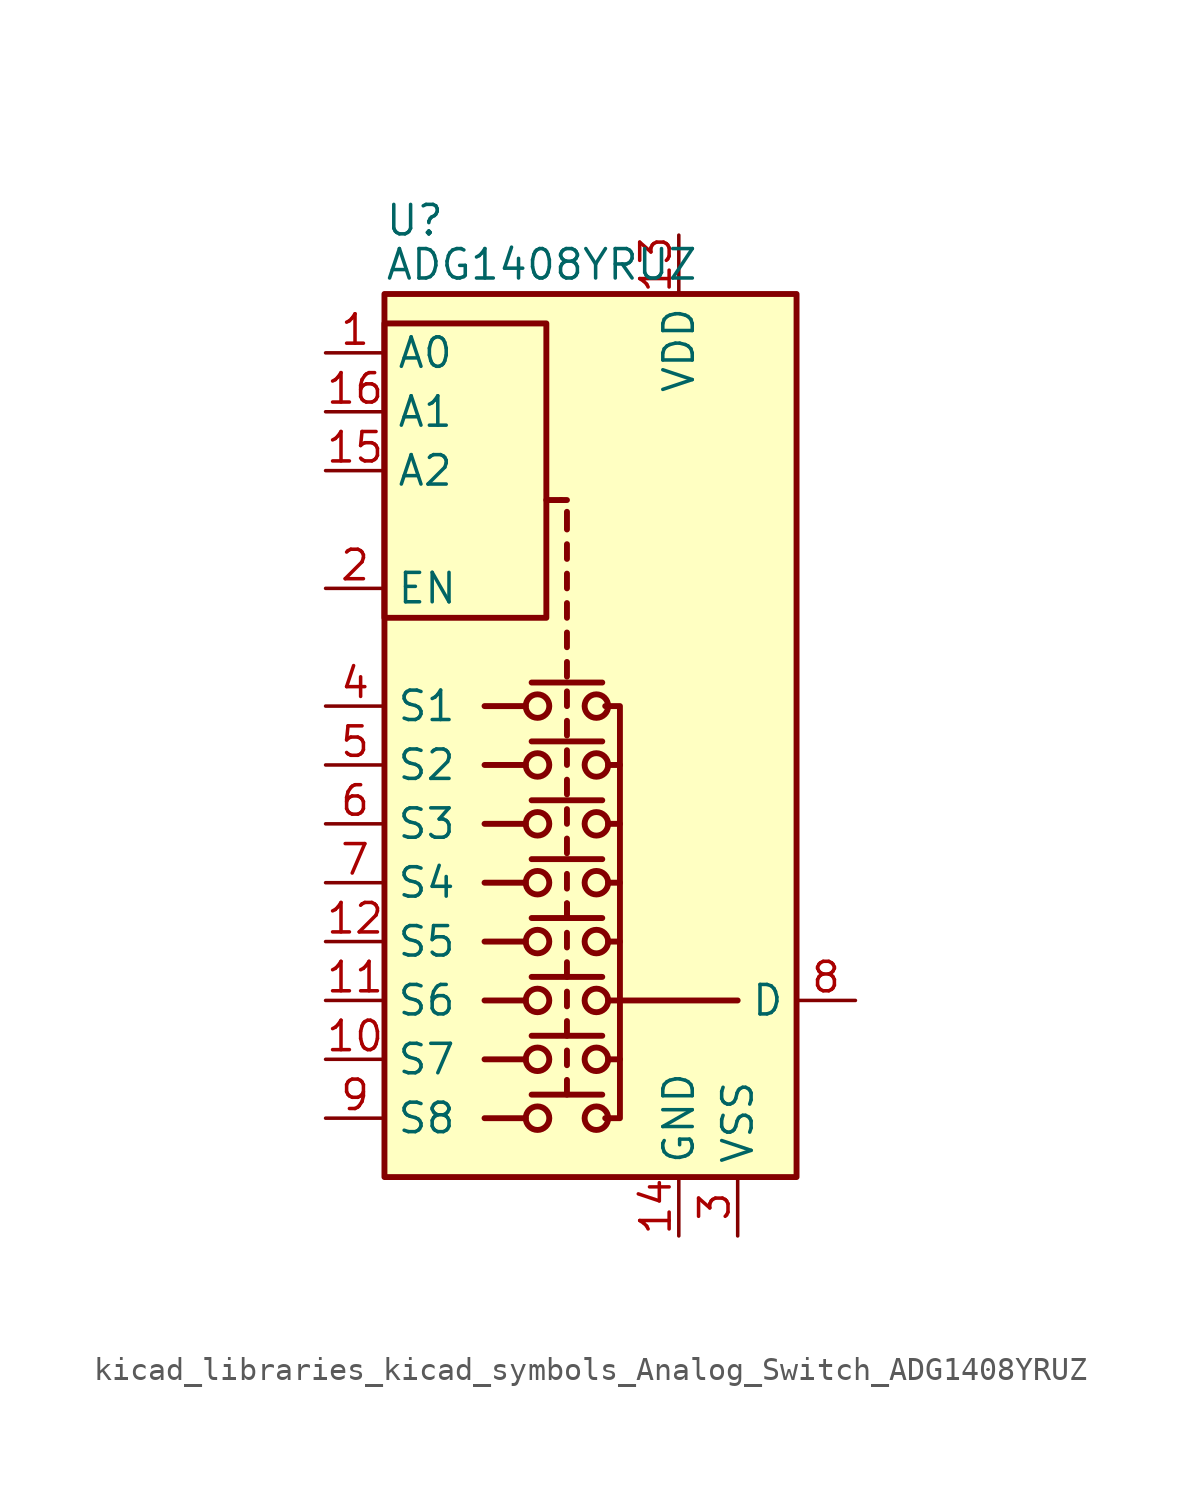
<source format=kicad_sym>
(kicad_symbol_lib
  (version 20220914)
  (generator kicad_symbol_editor)
  (symbol "kicad_libraries_kicad_symbols_Analog_Switch_ADG1408YRUZ"
    (property "Reference" "U"
      (at -7.62 23.495 0)
      (effects (font (size 1.27 1.27)) (justify left)))
    (property "Value" "ADG1408YRUZ"
      (at -7.62 21.59 0)
      (effects (font (size 1.27 1.27)) (justify left)))
    (symbol "kicad_libraries_kicad_symbols_Analog_Switch_ADG1408YRUZ_0_0"
      (pin power_in line (at 5.08 -20.32 90) (length 2.54) (name "GND" (effects (font (size 1.27 1.27)))) (number "14" (effects (font (size 1.27 1.27))))))
    (symbol "kicad_libraries_kicad_symbols_Analog_Switch_ADG1408YRUZ_0_1"
      (rectangle (start -7.62 6.35) (end -0.635 19.05) (stroke (width 0.254) (type default)) (fill (type none)))
      (rectangle (start -7.62 20.32) (end 10.16 -17.78) (stroke (width 0.254) (type default)) (fill (type background)))
      (circle (center -1.016 -15.24) (radius 0.508) (stroke (width 0.254) (type default)) (fill (type none)))
      (circle (center -1.016 -12.7) (radius 0.508) (stroke (width 0.254) (type default)) (fill (type none)))
      (circle (center -1.016 -10.16) (radius 0.508) (stroke (width 0.254) (type default)) (fill (type none)))
      (circle (center -1.016 -7.62) (radius 0.508) (stroke (width 0.254) (type default)) (fill (type none)))
      (circle (center -1.016 -5.08) (radius 0.508) (stroke (width 0.254) (type default)) (fill (type none)))
      (circle (center -1.016 -2.54) (radius 0.508) (stroke (width 0.254) (type default)) (fill (type none)))
      (circle (center -1.016 0) (radius 0.508) (stroke (width 0.254) (type default)) (fill (type none)))
      (circle (center -1.016 2.54) (radius 0.508) (stroke (width 0.254) (type default)) (fill (type none)))
      (polyline (pts (xy -1.524 -15.24) (xy -3.302 -15.24)) (stroke (width 0.254) (type default)) (fill (type none)))
      (polyline (pts (xy -1.524 -12.7) (xy -3.302 -12.7)) (stroke (width 0.254) (type default)) (fill (type none)))
      (polyline (pts (xy -1.524 -10.16) (xy -3.302 -10.16)) (stroke (width 0.254) (type default)) (fill (type none)))
      (polyline (pts (xy -1.524 -7.62) (xy -3.302 -7.62)) (stroke (width 0.254) (type default)) (fill (type none)))
      (polyline (pts (xy -1.524 -5.08) (xy -3.302 -5.08)) (stroke (width 0.254) (type default)) (fill (type none)))
      (polyline (pts (xy -1.524 -2.54) (xy -3.302 -2.54)) (stroke (width 0.254) (type default)) (fill (type none)))
      (polyline (pts (xy -1.524 0) (xy -3.302 0)) (stroke (width 0.254) (type default)) (fill (type none)))
      (polyline (pts (xy -1.524 2.54) (xy -3.302 2.54)) (stroke (width 0.254) (type default)) (fill (type none)))
      (polyline (pts (xy -1.27 -14.224) (xy 1.778 -14.224)) (stroke (width 0.254) (type default)) (fill (type none)))
      (polyline (pts (xy -1.27 -11.684) (xy 1.778 -11.684)) (stroke (width 0.254) (type default)) (fill (type none)))
      (polyline (pts (xy -1.27 -9.144) (xy 1.778 -9.144)) (stroke (width 0.254) (type default)) (fill (type none)))
      (polyline (pts (xy -1.27 -6.604) (xy 1.778 -6.604)) (stroke (width 0.254) (type default)) (fill (type none)))
      (polyline (pts (xy -1.27 -4.064) (xy 1.778 -4.064)) (stroke (width 0.254) (type default)) (fill (type none)))
      (polyline (pts (xy -1.27 -1.524) (xy 1.778 -1.524)) (stroke (width 0.254) (type default)) (fill (type none)))
      (polyline (pts (xy -1.27 1.016) (xy 1.778 1.016)) (stroke (width 0.254) (type default)) (fill (type none)))
      (polyline (pts (xy -1.27 3.556) (xy 1.778 3.556)) (stroke (width 0.254) (type default)) (fill (type none)))
      (polyline (pts (xy -0.635 11.43) (xy 0 11.43)) (stroke (width 0.254) (type default)) (fill (type none)))
      (polyline (pts (xy 0.254 -14.224) (xy 0.254 -13.589)) (stroke (width 0.254) (type default)) (fill (type none)))
      (polyline (pts (xy 0.254 -12.954) (xy 0.254 -12.319)) (stroke (width 0.254) (type default)) (fill (type none)))
      (polyline (pts (xy 0.254 -11.684) (xy 0.254 -11.049)) (stroke (width 0.254) (type default)) (fill (type none)))
      (polyline (pts (xy 0.254 -10.414) (xy 0.254 -9.779)) (stroke (width 0.254) (type default)) (fill (type none)))
      (polyline (pts (xy 0.254 -9.144) (xy 0.254 -8.509)) (stroke (width 0.254) (type default)) (fill (type none)))
      (polyline (pts (xy 0.254 -7.874) (xy 0.254 -7.239)) (stroke (width 0.254) (type default)) (fill (type none)))
      (polyline (pts (xy 0.254 -6.604) (xy 0.254 -5.969)) (stroke (width 0.254) (type default)) (fill (type none)))
      (polyline (pts (xy 0.254 -6.604) (xy 0.254 -5.969)) (stroke (width 0.254) (type default)) (fill (type none)))
      (polyline (pts (xy 0.254 -5.334) (xy 0.254 -4.699)) (stroke (width 0.254) (type default)) (fill (type none)))
      (polyline (pts (xy 0.254 -3.81) (xy 0.254 -3.175)) (stroke (width 0.254) (type default)) (fill (type none)))
      (polyline (pts (xy 0.254 -2.54) (xy 0.254 -1.905)) (stroke (width 0.254) (type default)) (fill (type none)))
      (polyline (pts (xy 0.254 -1.27) (xy 0.254 -0.635)) (stroke (width 0.254) (type default)) (fill (type none)))
      (polyline (pts (xy 0.254 0) (xy 0.254 0.635)) (stroke (width 0.254) (type default)) (fill (type none)))
      (polyline (pts (xy 0.254 1.27) (xy 0.254 1.905)) (stroke (width 0.254) (type default)) (fill (type none)))
      (polyline (pts (xy 0.254 2.54) (xy 0.254 3.175)) (stroke (width 0.254) (type default)) (fill (type none)))
      (polyline (pts (xy 0.254 3.81) (xy 0.254 4.445)) (stroke (width 0.254) (type default)) (fill (type none)))
      (polyline (pts (xy 0.254 5.08) (xy 0.254 5.715)) (stroke (width 0.254) (type default)) (fill (type none)))
      (polyline (pts (xy 0.254 6.35) (xy 0.254 6.985)) (stroke (width 0.254) (type default)) (fill (type none)))
      (polyline (pts (xy 0.254 7.62) (xy 0.254 8.255)) (stroke (width 0.254) (type default)) (fill (type none)))
      (polyline (pts (xy 0.254 8.89) (xy 0.254 9.525)) (stroke (width 0.254) (type default)) (fill (type none)))
      (polyline (pts (xy 0.254 10.16) (xy 0.254 10.922)) (stroke (width 0.254) (type default)) (fill (type none)))
      (polyline (pts (xy 0.254 11.43) (xy 0 11.43)) (stroke (width 0.254) (type default)) (fill (type none)))
      (polyline (pts (xy 2.032 -12.7) (xy 2.54 -12.7)) (stroke (width 0.254) (type default)) (fill (type none)))
      (polyline (pts (xy 2.032 -10.16) (xy 2.54 -10.16)) (stroke (width 0.254) (type default)) (fill (type none)))
      (polyline (pts (xy 2.032 -7.62) (xy 2.54 -7.62)) (stroke (width 0.254) (type default)) (fill (type none)))
      (polyline (pts (xy 2.032 -5.08) (xy 2.54 -5.08)) (stroke (width 0.254) (type default)) (fill (type none)))
      (polyline (pts (xy 2.032 -2.54) (xy 2.54 -2.54)) (stroke (width 0.254) (type default)) (fill (type none)))
      (polyline (pts (xy 2.032 0) (xy 2.54 0)) (stroke (width 0.254) (type default)) (fill (type none)))
      (polyline (pts (xy 2.54 -10.16) (xy 7.62 -10.16)) (stroke (width 0.254) (type default)) (fill (type none)))
      (polyline (pts (xy 1.905 2.54) (xy 2.54 2.54) (xy 2.54 -15.24) (xy 1.905 -15.24)) (stroke (width 0.254) (type default)) (fill (type none)))
      (circle (center 1.524 -15.24) (radius 0.508) (stroke (width 0.254) (type default)) (fill (type none)))
      (circle (center 1.524 -12.7) (radius 0.508) (stroke (width 0.254) (type default)) (fill (type none)))
      (circle (center 1.524 -10.16) (radius 0.508) (stroke (width 0.254) (type default)) (fill (type none)))
      (circle (center 1.524 -7.62) (radius 0.508) (stroke (width 0.254) (type default)) (fill (type none)))
      (circle (center 1.524 -5.08) (radius 0.508) (stroke (width 0.254) (type default)) (fill (type none)))
      (circle (center 1.524 -2.54) (radius 0.508) (stroke (width 0.254) (type default)) (fill (type none)))
      (circle (center 1.524 0) (radius 0.508) (stroke (width 0.254) (type default)) (fill (type none)))
      (circle (center 1.524 2.54) (radius 0.508) (stroke (width 0.254) (type default)) (fill (type none))))
    (symbol "kicad_libraries_kicad_symbols_Analog_Switch_ADG1408YRUZ_1_1"
      (pin input line (at -10.16 17.78 0) (length 2.54) (name "A0" (effects (font (size 1.27 1.27)))) (number "1" (effects (font (size 1.27 1.27)))))
      (pin bidirectional line (at -10.16 -12.7 0) (length 2.54) (name "S7" (effects (font (size 1.27 1.27)))) (number "10" (effects (font (size 1.27 1.27)))))
      (pin bidirectional line (at -10.16 -10.16 0) (length 2.54) (name "S6" (effects (font (size 1.27 1.27)))) (number "11" (effects (font (size 1.27 1.27)))))
      (pin bidirectional line (at -10.16 -7.62 0) (length 2.54) (name "S5" (effects (font (size 1.27 1.27)))) (number "12" (effects (font (size 1.27 1.27)))))
      (pin power_in line (at 5.08 22.86 270) (length 2.54) (name "VDD" (effects (font (size 1.27 1.27)))) (number "13" (effects (font (size 1.27 1.27)))))
      (pin input line (at -10.16 12.7 0) (length 2.54) (name "A2" (effects (font (size 1.27 1.27)))) (number "15" (effects (font (size 1.27 1.27)))))
      (pin input line (at -10.16 15.24 0) (length 2.54) (name "A1" (effects (font (size 1.27 1.27)))) (number "16" (effects (font (size 1.27 1.27)))))
      (pin input line (at -10.16 7.62 0) (length 2.54) (name "EN" (effects (font (size 1.27 1.27)))) (number "2" (effects (font (size 1.27 1.27)))))
      (pin power_in line (at 7.62 -20.32 90) (length 2.54) (name "VSS" (effects (font (size 1.27 1.27)))) (number "3" (effects (font (size 1.27 1.27)))))
      (pin bidirectional line (at -10.16 2.54 0) (length 2.54) (name "S1" (effects (font (size 1.27 1.27)))) (number "4" (effects (font (size 1.27 1.27)))))
      (pin bidirectional line (at -10.16 0 0) (length 2.54) (name "S2" (effects (font (size 1.27 1.27)))) (number "5" (effects (font (size 1.27 1.27)))))
      (pin bidirectional line (at -10.16 -2.54 0) (length 2.54) (name "S3" (effects (font (size 1.27 1.27)))) (number "6" (effects (font (size 1.27 1.27)))))
      (pin bidirectional line (at -10.16 -5.08 0) (length 2.54) (name "S4" (effects (font (size 1.27 1.27)))) (number "7" (effects (font (size 1.27 1.27)))))
      (pin bidirectional line (at 12.7 -10.16 180) (length 2.54) (name "D" (effects (font (size 1.27 1.27)))) (number "8" (effects (font (size 1.27 1.27)))))
      (pin bidirectional line (at -10.16 -15.24 0) (length 2.54) (name "S8" (effects (font (size 1.27 1.27)))) (number "9" (effects (font (size 1.27 1.27))))))))
</source>
